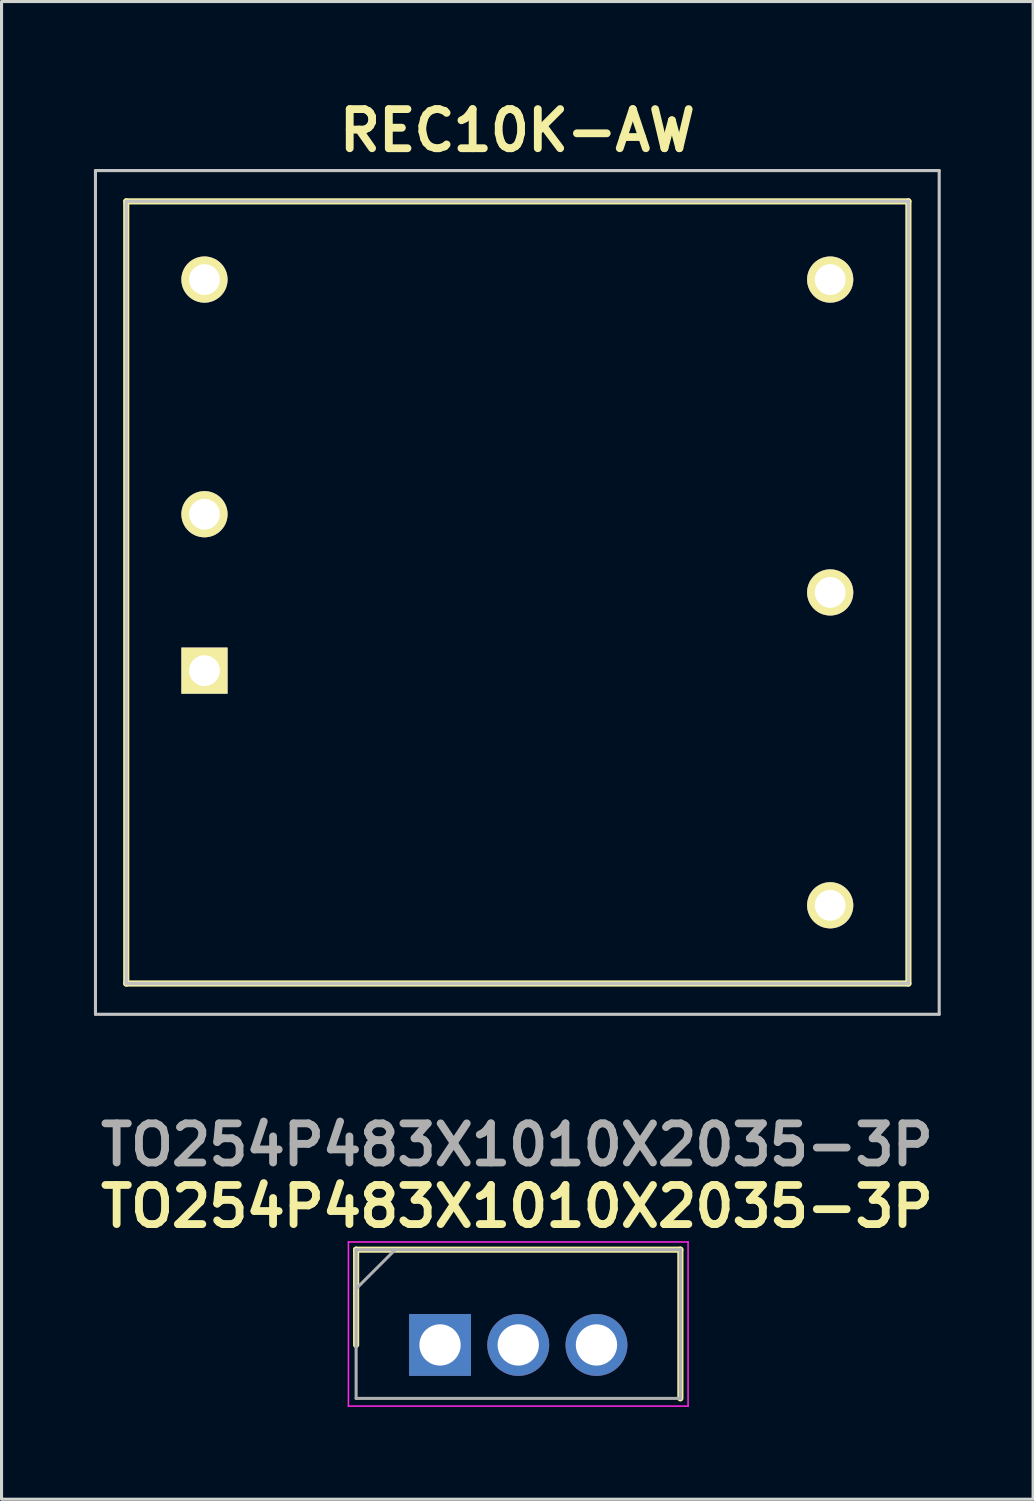
<source format=kicad_pcb>
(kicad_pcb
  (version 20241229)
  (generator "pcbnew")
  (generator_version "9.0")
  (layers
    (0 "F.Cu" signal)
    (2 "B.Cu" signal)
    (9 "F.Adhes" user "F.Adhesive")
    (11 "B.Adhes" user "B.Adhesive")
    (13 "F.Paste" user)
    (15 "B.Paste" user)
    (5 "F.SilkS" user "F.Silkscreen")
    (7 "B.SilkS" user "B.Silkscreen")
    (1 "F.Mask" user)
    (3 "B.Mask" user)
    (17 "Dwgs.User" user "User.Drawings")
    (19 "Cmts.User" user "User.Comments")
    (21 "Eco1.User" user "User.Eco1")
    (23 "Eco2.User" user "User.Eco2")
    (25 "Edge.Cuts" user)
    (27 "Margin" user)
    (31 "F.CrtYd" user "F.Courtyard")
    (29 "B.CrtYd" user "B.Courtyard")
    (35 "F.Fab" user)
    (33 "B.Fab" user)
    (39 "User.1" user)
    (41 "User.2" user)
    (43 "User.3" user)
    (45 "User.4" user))
  (footprint "REC10K-AW"
    (layer "F.Cu")
    (at 13.75 16.189)
    (property "Reference" "REC10K-AW" (at 0 -15 0) (layer "F.SilkS") (effects (font (size 1.27 1.27) (thickness 0.254))))
    (attr through_hole exclude_from_pos_files)
    (fp_line (start -12.7 -12.7) (end 12.7 -12.7) (stroke (width 0.2) (type solid)) (layer "F.SilkS"))
    (fp_line (start -12.7 12.7) (end -12.7 -12.7) (stroke (width 0.2) (type solid)) (layer "F.SilkS"))
    (fp_line (start 12.7 -12.7) (end 12.7 12.7) (stroke (width 0.2) (type solid)) (layer "F.SilkS"))
    (fp_line (start 12.7 12.7) (end -12.7 12.7) (stroke (width 0.2) (type solid)) (layer "F.SilkS"))
    (fp_line (start -13.7 -13.7) (end 13.7 -13.7) (stroke (width 0.1) (type solid)) (layer "Dwgs.User"))
    (fp_line (start -13.7 13.7) (end -13.7 -13.7) (stroke (width 0.1) (type solid)) (layer "Dwgs.User"))
    (fp_line (start -12.7 -12.7) (end 12.7 -12.7) (stroke (width 0.1) (type solid)) (layer "Dwgs.User"))
    (fp_line (start -12.7 12.7) (end -12.7 -12.7) (stroke (width 0.1) (type solid)) (layer "Dwgs.User"))
    (fp_line (start 12.7 -12.7) (end 12.7 12.7) (stroke (width 0.1) (type solid)) (layer "Dwgs.User"))
    (fp_line (start 12.7 12.7) (end -12.7 12.7) (stroke (width 0.1) (type solid)) (layer "Dwgs.User"))
    (fp_line (start 13.7 -13.7) (end 13.7 13.7) (stroke (width 0.1) (type solid)) (layer "Dwgs.User"))
    (fp_line (start 13.7 13.7) (end -13.7 13.7) (stroke (width 0.1) (type solid)) (layer "Dwgs.User"))
    (pad "1" thru_hole rect (at -10.16 2.54 90) (size 1.5 1.5) (drill 1) (layers "*.Cu" "*.Mask" "F.SilkS"))
    (pad "2" thru_hole circle (at -10.16 -2.54 90) (size 1.5 1.5) (drill 1) (layers "*.Cu" "*.Mask" "F.SilkS"))
    (pad "3" thru_hole circle (at -10.16 -10.16 90) (size 1.5 1.5) (drill 1) (layers "*.Cu" "*.Mask" "F.SilkS"))
    (pad "4" thru_hole circle (at 10.16 -10.16 90) (size 1.5 1.5) (drill 1) (layers "*.Cu" "*.Mask" "F.SilkS"))
    (pad "5" thru_hole circle (at 10.16 0 90) (size 1.5 1.5) (drill 1) (layers "*.Cu" "*.Mask" "F.SilkS"))
    (pad "6" thru_hole circle (at 10.16 10.16 90) (size 1.5 1.5) (drill 1) (layers "*.Cu" "*.Mask" "F.SilkS")))
  (footprint "TO254P483X1010X2035-3P"
    (layer "F.Cu")
    (at 11.24 40.627)
    (property "Reference" "TO254P483X1010X2035-3P" (at 2.5 -4.5 0) (layer "F.SilkS") (effects (font (size 1.27 1.27) (thickness 0.254))))
    (attr through_hole)
    (fp_line (start -2.725 -3.095) (end -2.725 0) (stroke (width 0.2) (type solid)) (layer "F.SilkS"))
    (fp_line (start 7.805 -3.095) (end -2.725 -3.095) (stroke (width 0.2) (type solid)) (layer "F.SilkS"))
    (fp_line (start 7.805 1.735) (end 7.805 -3.095) (stroke (width 0.2) (type solid)) (layer "F.SilkS"))
    (fp_line (start -2.975 -3.345) (end 8.055 -3.345) (stroke (width 0.05) (type solid)) (layer "F.CrtYd"))
    (fp_line (start -2.975 1.985) (end -2.975 -3.345) (stroke (width 0.05) (type solid)) (layer "F.CrtYd"))
    (fp_line (start 8.055 -3.345) (end 8.055 1.985) (stroke (width 0.05) (type solid)) (layer "F.CrtYd"))
    (fp_line (start 8.055 1.985) (end -2.975 1.985) (stroke (width 0.05) (type solid)) (layer "F.CrtYd"))
    (fp_line (start -2.725 -3.095) (end 7.805 -3.095) (stroke (width 0.1) (type solid)) (layer "F.Fab"))
    (fp_line (start -2.725 -1.825) (end -1.455 -3.095) (stroke (width 0.1) (type solid)) (layer "F.Fab"))
    (fp_line (start -2.725 1.735) (end -2.725 -3.095) (stroke (width 0.1) (type solid)) (layer "F.Fab"))
    (fp_line (start 7.805 -3.095) (end 7.805 1.735) (stroke (width 0.1) (type solid)) (layer "F.Fab"))
    (fp_line (start 7.805 1.735) (end -2.725 1.735) (stroke (width 0.1) (type solid)) (layer "F.Fab"))
    (fp_text user "${REFERENCE}" (at 2.5 -6.5 0) (layer "F.Fab") (effects (font (size 1.27 1.27) (thickness 0.254))))
    (pad "1" thru_hole rect (at 0 0) (size 2.01 2.01) (drill 1.34) (layers "*.Cu" "*.Mask"))
    (pad "2" thru_hole circle (at 2.54 0) (size 2.01 2.01) (drill 1.34) (layers "*.Cu" "*.Mask"))
    (pad "3" thru_hole circle (at 5.08 0) (size 2.01 2.01) (drill 1.34) (layers "*.Cu" "*.Mask")))
  (gr_rect
    (start -3 -3)
    (end 30.5 45.637)
    (stroke (width 0.1) (type default))
    (fill no)
    (layer "Edge.Cuts")))
</source>
